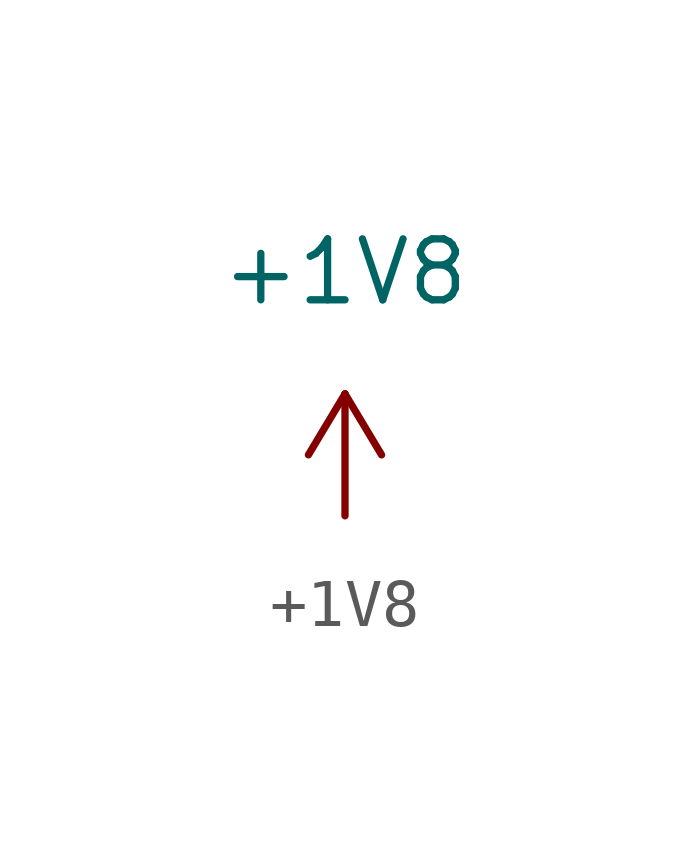
<source format=kicad_sym>
(kicad_symbol_lib
  (version 20211014)
  (generator kicad_symbol_editor)
  (symbol "+1V8"
    (power)
    (pin_numbers hide)
    (pin_names
      (offset 0))
    (property "Reference" "#PWR"
      (at 1.27 0 90)
      (effects (font (size 1.27 1.27)) hide))
    (property "Value" "+1V8"
      (at 0 5.08 0)
      (effects (font (size 1.27 1.27))))
    (symbol "+1V8_1_1"
      (polyline (pts (xy -0.762 1.27) (xy 0 2.54)) (stroke (width 0) (type default) (color 0 0 0 0)) (fill (type none)))
      (polyline (pts (xy 0 0) (xy 0 2.54)) (stroke (width 0) (type default) (color 0 0 0 0)) (fill (type none)))
      (polyline (pts (xy 0 2.54) (xy 0.762 1.27)) (stroke (width 0) (type default) (color 0 0 0 0)) (fill (type none)))
      (pin power_in line (at 0 0 90) (length 0) hide (name "+1V8" (effects (font (size 1.27 1.27)))) (number "1" (effects (font (size 1.27 1.27))))))))
</source>
